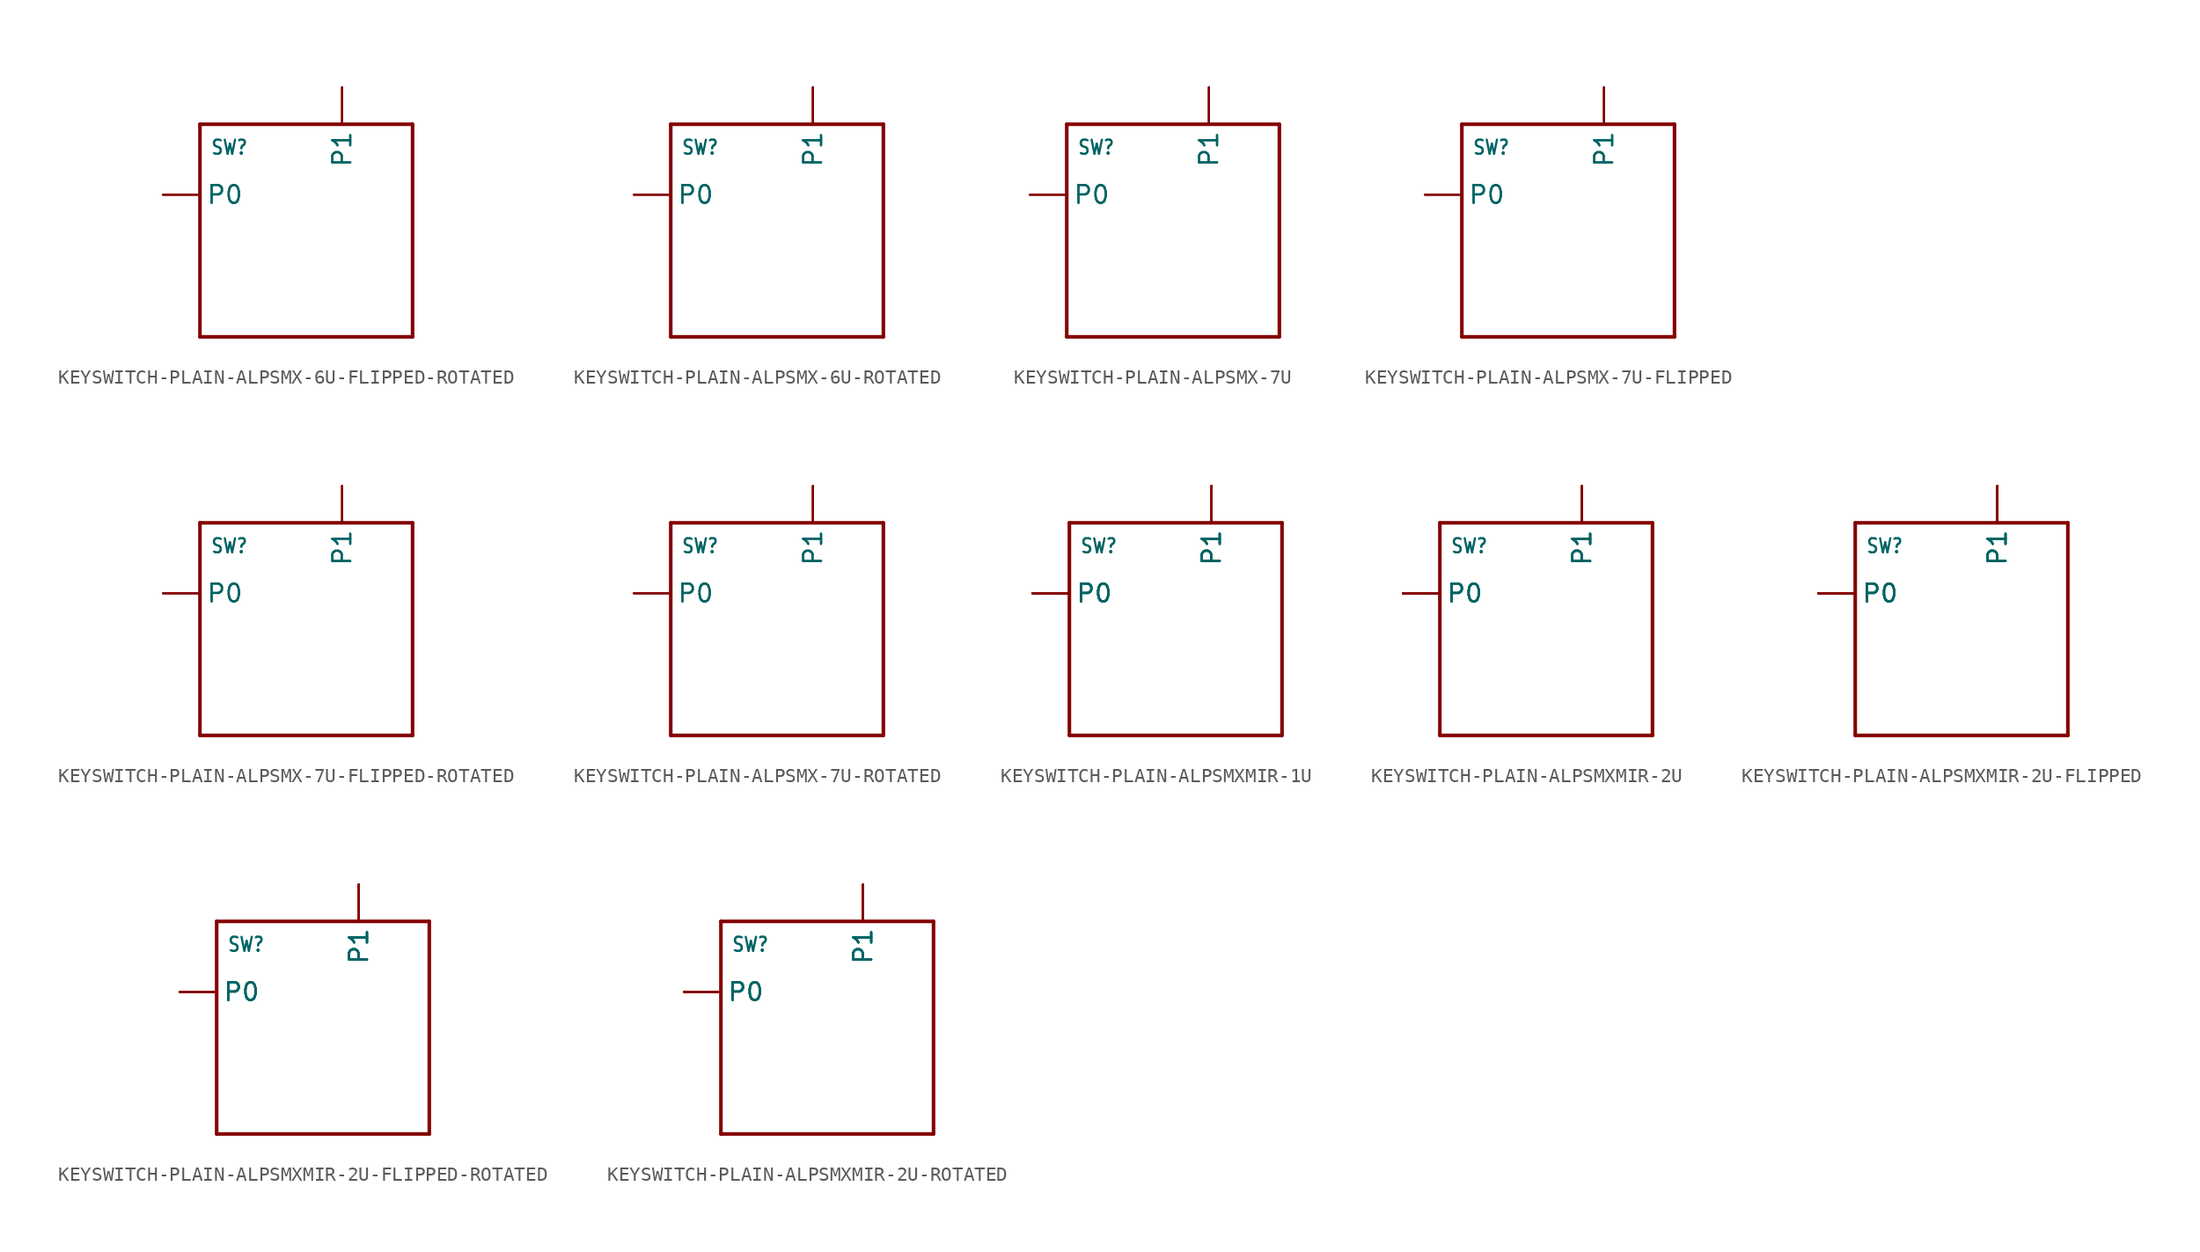
<source format=kicad_sym>
(kicad_symbol_lib
  (version 20211014)
  (generator kicad_symbol_editor)
  (symbol "KEYSWITCH-PLAIN-ALPSMX-6U-FLIPPED-ROTATED"
    (property "Reference" "SW"
      (at -6.81 5.318 0)
      (effects (font (size 1 0.85)) (justify left bottom)))
    (property "ki_locked" ""
      (at 0 0 0)
      (effects (font (size 1.27 1.27))))
    (symbol "KEYSWITCH-PLAIN-ALPSMX-6U-FLIPPED-ROTATED_1_0"
      (polyline (pts (xy -7.54 -7.54) (xy -7.54 7.54)) (stroke (width 0.254) (type default) (color 0 0 0 0)) (fill (type none)))
      (polyline (pts (xy -7.54 7.54) (xy 7.54 7.54)) (stroke (width 0.254) (type default) (color 0 0 0 0)) (fill (type none)))
      (polyline (pts (xy 7.54 -7.54) (xy -7.54 -7.54)) (stroke (width 0.254) (type default) (color 0 0 0 0)) (fill (type none)))
      (polyline (pts (xy 7.54 7.54) (xy 7.54 -7.54)) (stroke (width 0.254) (type default) (color 0 0 0 0)) (fill (type none)))
      (pin bidirectional line (at -10.16 2.54 0) (length 2.54) (name "P0" (effects (font (size 1.27 1.27)))) (number "ALPS1" (effects (font (size 0 0)))))
      (pin bidirectional line (at 2.54 10.16 270) (length 2.54) (name "P1" (effects (font (size 1.27 1.27)))) (number "ALPS2" (effects (font (size 0 0)))))
      (pin bidirectional line (at -10.16 2.54 0) (length 2.54) (name "P0" (effects (font (size 1.27 1.27)))) (number "MX1" (effects (font (size 0 0)))))
      (pin bidirectional line (at 2.54 10.16 270) (length 2.54) (name "P1" (effects (font (size 1.27 1.27)))) (number "MX2" (effects (font (size 0 0)))))))
  (symbol "KEYSWITCH-PLAIN-ALPSMX-6U-ROTATED"
    (property "Reference" "SW"
      (at -6.81 5.318 0)
      (effects (font (size 1 0.85)) (justify left bottom)))
    (property "ki_locked" ""
      (at 0 0 0)
      (effects (font (size 1.27 1.27))))
    (symbol "KEYSWITCH-PLAIN-ALPSMX-6U-ROTATED_1_0"
      (polyline (pts (xy -7.54 -7.54) (xy -7.54 7.54)) (stroke (width 0.254) (type default) (color 0 0 0 0)) (fill (type none)))
      (polyline (pts (xy -7.54 7.54) (xy 7.54 7.54)) (stroke (width 0.254) (type default) (color 0 0 0 0)) (fill (type none)))
      (polyline (pts (xy 7.54 -7.54) (xy -7.54 -7.54)) (stroke (width 0.254) (type default) (color 0 0 0 0)) (fill (type none)))
      (polyline (pts (xy 7.54 7.54) (xy 7.54 -7.54)) (stroke (width 0.254) (type default) (color 0 0 0 0)) (fill (type none)))
      (pin bidirectional line (at -10.16 2.54 0) (length 2.54) (name "P0" (effects (font (size 1.27 1.27)))) (number "ALPS1" (effects (font (size 0 0)))))
      (pin bidirectional line (at 2.54 10.16 270) (length 2.54) (name "P1" (effects (font (size 1.27 1.27)))) (number "ALPS2" (effects (font (size 0 0)))))
      (pin bidirectional line (at -10.16 2.54 0) (length 2.54) (name "P0" (effects (font (size 1.27 1.27)))) (number "MX1" (effects (font (size 0 0)))))
      (pin bidirectional line (at 2.54 10.16 270) (length 2.54) (name "P1" (effects (font (size 1.27 1.27)))) (number "MX2" (effects (font (size 0 0)))))))
  (symbol "KEYSWITCH-PLAIN-ALPSMX-7U"
    (property "Reference" "SW"
      (at -6.81 5.318 0)
      (effects (font (size 1 0.85)) (justify left bottom)))
    (property "ki_locked" ""
      (at 0 0 0)
      (effects (font (size 1.27 1.27))))
    (symbol "KEYSWITCH-PLAIN-ALPSMX-7U_1_0"
      (polyline (pts (xy -7.54 -7.54) (xy -7.54 7.54)) (stroke (width 0.254) (type default) (color 0 0 0 0)) (fill (type none)))
      (polyline (pts (xy -7.54 7.54) (xy 7.54 7.54)) (stroke (width 0.254) (type default) (color 0 0 0 0)) (fill (type none)))
      (polyline (pts (xy 7.54 -7.54) (xy -7.54 -7.54)) (stroke (width 0.254) (type default) (color 0 0 0 0)) (fill (type none)))
      (polyline (pts (xy 7.54 7.54) (xy 7.54 -7.54)) (stroke (width 0.254) (type default) (color 0 0 0 0)) (fill (type none)))
      (pin bidirectional line (at -10.16 2.54 0) (length 2.54) (name "P0" (effects (font (size 1.27 1.27)))) (number "ALPS1" (effects (font (size 0 0)))))
      (pin bidirectional line (at 2.54 10.16 270) (length 2.54) (name "P1" (effects (font (size 1.27 1.27)))) (number "ALPS2" (effects (font (size 0 0)))))
      (pin bidirectional line (at -10.16 2.54 0) (length 2.54) (name "P0" (effects (font (size 1.27 1.27)))) (number "MX1" (effects (font (size 0 0)))))
      (pin bidirectional line (at 2.54 10.16 270) (length 2.54) (name "P1" (effects (font (size 1.27 1.27)))) (number "MX2" (effects (font (size 0 0)))))))
  (symbol "KEYSWITCH-PLAIN-ALPSMX-7U-FLIPPED"
    (property "Reference" "SW"
      (at -6.81 5.318 0)
      (effects (font (size 1 0.85)) (justify left bottom)))
    (property "ki_locked" ""
      (at 0 0 0)
      (effects (font (size 1.27 1.27))))
    (symbol "KEYSWITCH-PLAIN-ALPSMX-7U-FLIPPED_1_0"
      (polyline (pts (xy -7.54 -7.54) (xy -7.54 7.54)) (stroke (width 0.254) (type default) (color 0 0 0 0)) (fill (type none)))
      (polyline (pts (xy -7.54 7.54) (xy 7.54 7.54)) (stroke (width 0.254) (type default) (color 0 0 0 0)) (fill (type none)))
      (polyline (pts (xy 7.54 -7.54) (xy -7.54 -7.54)) (stroke (width 0.254) (type default) (color 0 0 0 0)) (fill (type none)))
      (polyline (pts (xy 7.54 7.54) (xy 7.54 -7.54)) (stroke (width 0.254) (type default) (color 0 0 0 0)) (fill (type none)))
      (pin bidirectional line (at -10.16 2.54 0) (length 2.54) (name "P0" (effects (font (size 1.27 1.27)))) (number "ALPS1" (effects (font (size 0 0)))))
      (pin bidirectional line (at 2.54 10.16 270) (length 2.54) (name "P1" (effects (font (size 1.27 1.27)))) (number "ALPS2" (effects (font (size 0 0)))))
      (pin bidirectional line (at -10.16 2.54 0) (length 2.54) (name "P0" (effects (font (size 1.27 1.27)))) (number "MX1" (effects (font (size 0 0)))))
      (pin bidirectional line (at 2.54 10.16 270) (length 2.54) (name "P1" (effects (font (size 1.27 1.27)))) (number "MX2" (effects (font (size 0 0)))))))
  (symbol "KEYSWITCH-PLAIN-ALPSMX-7U-FLIPPED-ROTATED"
    (property "Reference" "SW"
      (at -6.81 5.318 0)
      (effects (font (size 1 0.85)) (justify left bottom)))
    (property "ki_locked" ""
      (at 0 0 0)
      (effects (font (size 1.27 1.27))))
    (symbol "KEYSWITCH-PLAIN-ALPSMX-7U-FLIPPED-ROTATED_1_0"
      (polyline (pts (xy -7.54 -7.54) (xy -7.54 7.54)) (stroke (width 0.254) (type default) (color 0 0 0 0)) (fill (type none)))
      (polyline (pts (xy -7.54 7.54) (xy 7.54 7.54)) (stroke (width 0.254) (type default) (color 0 0 0 0)) (fill (type none)))
      (polyline (pts (xy 7.54 -7.54) (xy -7.54 -7.54)) (stroke (width 0.254) (type default) (color 0 0 0 0)) (fill (type none)))
      (polyline (pts (xy 7.54 7.54) (xy 7.54 -7.54)) (stroke (width 0.254) (type default) (color 0 0 0 0)) (fill (type none)))
      (pin bidirectional line (at -10.16 2.54 0) (length 2.54) (name "P0" (effects (font (size 1.27 1.27)))) (number "ALPS1" (effects (font (size 0 0)))))
      (pin bidirectional line (at 2.54 10.16 270) (length 2.54) (name "P1" (effects (font (size 1.27 1.27)))) (number "ALPS2" (effects (font (size 0 0)))))
      (pin bidirectional line (at -10.16 2.54 0) (length 2.54) (name "P0" (effects (font (size 1.27 1.27)))) (number "MX1" (effects (font (size 0 0)))))
      (pin bidirectional line (at 2.54 10.16 270) (length 2.54) (name "P1" (effects (font (size 1.27 1.27)))) (number "MX2" (effects (font (size 0 0)))))))
  (symbol "KEYSWITCH-PLAIN-ALPSMX-7U-ROTATED"
    (property "Reference" "SW"
      (at -6.81 5.318 0)
      (effects (font (size 1 0.85)) (justify left bottom)))
    (property "ki_locked" ""
      (at 0 0 0)
      (effects (font (size 1.27 1.27))))
    (symbol "KEYSWITCH-PLAIN-ALPSMX-7U-ROTATED_1_0"
      (polyline (pts (xy -7.54 -7.54) (xy -7.54 7.54)) (stroke (width 0.254) (type default) (color 0 0 0 0)) (fill (type none)))
      (polyline (pts (xy -7.54 7.54) (xy 7.54 7.54)) (stroke (width 0.254) (type default) (color 0 0 0 0)) (fill (type none)))
      (polyline (pts (xy 7.54 -7.54) (xy -7.54 -7.54)) (stroke (width 0.254) (type default) (color 0 0 0 0)) (fill (type none)))
      (polyline (pts (xy 7.54 7.54) (xy 7.54 -7.54)) (stroke (width 0.254) (type default) (color 0 0 0 0)) (fill (type none)))
      (pin bidirectional line (at -10.16 2.54 0) (length 2.54) (name "P0" (effects (font (size 1.27 1.27)))) (number "ALPS1" (effects (font (size 0 0)))))
      (pin bidirectional line (at 2.54 10.16 270) (length 2.54) (name "P1" (effects (font (size 1.27 1.27)))) (number "ALPS2" (effects (font (size 0 0)))))
      (pin bidirectional line (at -10.16 2.54 0) (length 2.54) (name "P0" (effects (font (size 1.27 1.27)))) (number "MX1" (effects (font (size 0 0)))))
      (pin bidirectional line (at 2.54 10.16 270) (length 2.54) (name "P1" (effects (font (size 1.27 1.27)))) (number "MX2" (effects (font (size 0 0)))))))
  (symbol "KEYSWITCH-PLAIN-ALPSMXMIR-1U"
    (property "Reference" "SW"
      (at -6.81 5.318 0)
      (effects (font (size 1 0.85)) (justify left bottom)))
    (property "ki_locked" ""
      (at 0 0 0)
      (effects (font (size 1.27 1.27))))
    (symbol "KEYSWITCH-PLAIN-ALPSMXMIR-1U_1_0"
      (polyline (pts (xy -7.54 -7.54) (xy -7.54 7.54)) (stroke (width 0.254) (type default) (color 0 0 0 0)) (fill (type none)))
      (polyline (pts (xy -7.54 7.54) (xy 7.54 7.54)) (stroke (width 0.254) (type default) (color 0 0 0 0)) (fill (type none)))
      (polyline (pts (xy 7.54 -7.54) (xy -7.54 -7.54)) (stroke (width 0.254) (type default) (color 0 0 0 0)) (fill (type none)))
      (polyline (pts (xy 7.54 7.54) (xy 7.54 -7.54)) (stroke (width 0.254) (type default) (color 0 0 0 0)) (fill (type none)))
      (pin bidirectional line (at -10.16 2.54 0) (length 2.54) (name "P0" (effects (font (size 1.27 1.27)))) (number "ALPS1" (effects (font (size 0 0)))))
      (pin bidirectional line (at 2.54 10.16 270) (length 2.54) (name "P1" (effects (font (size 1.27 1.27)))) (number "ALPS2" (effects (font (size 0 0)))))
      (pin bidirectional line (at -10.16 2.54 0) (length 2.54) (name "P0" (effects (font (size 1.27 1.27)))) (number "ALPS3" (effects (font (size 0 0)))))
      (pin bidirectional line (at 2.54 10.16 270) (length 2.54) (name "P1" (effects (font (size 1.27 1.27)))) (number "ALPS4" (effects (font (size 0 0)))))
      (pin bidirectional line (at -10.16 2.54 0) (length 2.54) (name "P0" (effects (font (size 1.27 1.27)))) (number "MX1" (effects (font (size 0 0)))))
      (pin bidirectional line (at 2.54 10.16 270) (length 2.54) (name "P1" (effects (font (size 1.27 1.27)))) (number "MX2" (effects (font (size 0 0)))))
      (pin bidirectional line (at -10.16 2.54 0) (length 2.54) (name "P0" (effects (font (size 1.27 1.27)))) (number "MX3" (effects (font (size 0 0)))))
      (pin bidirectional line (at 2.54 10.16 270) (length 2.54) (name "P1" (effects (font (size 1.27 1.27)))) (number "MX4" (effects (font (size 0 0)))))))
  (symbol "KEYSWITCH-PLAIN-ALPSMXMIR-2U"
    (property "Reference" "SW"
      (at -6.81 5.318 0)
      (effects (font (size 1 0.85)) (justify left bottom)))
    (property "ki_locked" ""
      (at 0 0 0)
      (effects (font (size 1.27 1.27))))
    (symbol "KEYSWITCH-PLAIN-ALPSMXMIR-2U_1_0"
      (polyline (pts (xy -7.54 -7.54) (xy -7.54 7.54)) (stroke (width 0.254) (type default) (color 0 0 0 0)) (fill (type none)))
      (polyline (pts (xy -7.54 7.54) (xy 7.54 7.54)) (stroke (width 0.254) (type default) (color 0 0 0 0)) (fill (type none)))
      (polyline (pts (xy 7.54 -7.54) (xy -7.54 -7.54)) (stroke (width 0.254) (type default) (color 0 0 0 0)) (fill (type none)))
      (polyline (pts (xy 7.54 7.54) (xy 7.54 -7.54)) (stroke (width 0.254) (type default) (color 0 0 0 0)) (fill (type none)))
      (pin bidirectional line (at -10.16 2.54 0) (length 2.54) (name "P0" (effects (font (size 1.27 1.27)))) (number "ALPS1" (effects (font (size 0 0)))))
      (pin bidirectional line (at 2.54 10.16 270) (length 2.54) (name "P1" (effects (font (size 1.27 1.27)))) (number "ALPS2" (effects (font (size 0 0)))))
      (pin bidirectional line (at -10.16 2.54 0) (length 2.54) (name "P0" (effects (font (size 1.27 1.27)))) (number "ALPS3" (effects (font (size 0 0)))))
      (pin bidirectional line (at 2.54 10.16 270) (length 2.54) (name "P1" (effects (font (size 1.27 1.27)))) (number "ALPS4" (effects (font (size 0 0)))))
      (pin bidirectional line (at -10.16 2.54 0) (length 2.54) (name "P0" (effects (font (size 1.27 1.27)))) (number "MX1" (effects (font (size 0 0)))))
      (pin bidirectional line (at 2.54 10.16 270) (length 2.54) (name "P1" (effects (font (size 1.27 1.27)))) (number "MX2" (effects (font (size 0 0)))))
      (pin bidirectional line (at -10.16 2.54 0) (length 2.54) (name "P0" (effects (font (size 1.27 1.27)))) (number "MX3" (effects (font (size 0 0)))))
      (pin bidirectional line (at 2.54 10.16 270) (length 2.54) (name "P1" (effects (font (size 1.27 1.27)))) (number "MX4" (effects (font (size 0 0)))))))
  (symbol "KEYSWITCH-PLAIN-ALPSMXMIR-2U-FLIPPED"
    (property "Reference" "SW"
      (at -6.81 5.318 0)
      (effects (font (size 1 0.85)) (justify left bottom)))
    (property "ki_locked" ""
      (at 0 0 0)
      (effects (font (size 1.27 1.27))))
    (symbol "KEYSWITCH-PLAIN-ALPSMXMIR-2U-FLIPPED_1_0"
      (polyline (pts (xy -7.54 -7.54) (xy -7.54 7.54)) (stroke (width 0.254) (type default) (color 0 0 0 0)) (fill (type none)))
      (polyline (pts (xy -7.54 7.54) (xy 7.54 7.54)) (stroke (width 0.254) (type default) (color 0 0 0 0)) (fill (type none)))
      (polyline (pts (xy 7.54 -7.54) (xy -7.54 -7.54)) (stroke (width 0.254) (type default) (color 0 0 0 0)) (fill (type none)))
      (polyline (pts (xy 7.54 7.54) (xy 7.54 -7.54)) (stroke (width 0.254) (type default) (color 0 0 0 0)) (fill (type none)))
      (pin bidirectional line (at -10.16 2.54 0) (length 2.54) (name "P0" (effects (font (size 1.27 1.27)))) (number "ALPS1" (effects (font (size 0 0)))))
      (pin bidirectional line (at 2.54 10.16 270) (length 2.54) (name "P1" (effects (font (size 1.27 1.27)))) (number "ALPS2" (effects (font (size 0 0)))))
      (pin bidirectional line (at -10.16 2.54 0) (length 2.54) (name "P0" (effects (font (size 1.27 1.27)))) (number "ALPS3" (effects (font (size 0 0)))))
      (pin bidirectional line (at 2.54 10.16 270) (length 2.54) (name "P1" (effects (font (size 1.27 1.27)))) (number "ALPS4" (effects (font (size 0 0)))))
      (pin bidirectional line (at -10.16 2.54 0) (length 2.54) (name "P0" (effects (font (size 1.27 1.27)))) (number "MX1" (effects (font (size 0 0)))))
      (pin bidirectional line (at 2.54 10.16 270) (length 2.54) (name "P1" (effects (font (size 1.27 1.27)))) (number "MX2" (effects (font (size 0 0)))))
      (pin bidirectional line (at -10.16 2.54 0) (length 2.54) (name "P0" (effects (font (size 1.27 1.27)))) (number "MX3" (effects (font (size 0 0)))))
      (pin bidirectional line (at 2.54 10.16 270) (length 2.54) (name "P1" (effects (font (size 1.27 1.27)))) (number "MX4" (effects (font (size 0 0)))))))
  (symbol "KEYSWITCH-PLAIN-ALPSMXMIR-2U-FLIPPED-ROTATED"
    (property "Reference" "SW"
      (at -6.81 5.318 0)
      (effects (font (size 1 0.85)) (justify left bottom)))
    (property "ki_locked" ""
      (at 0 0 0)
      (effects (font (size 1.27 1.27))))
    (symbol "KEYSWITCH-PLAIN-ALPSMXMIR-2U-FLIPPED-ROTATED_1_0"
      (polyline (pts (xy -7.54 -7.54) (xy -7.54 7.54)) (stroke (width 0.254) (type default) (color 0 0 0 0)) (fill (type none)))
      (polyline (pts (xy -7.54 7.54) (xy 7.54 7.54)) (stroke (width 0.254) (type default) (color 0 0 0 0)) (fill (type none)))
      (polyline (pts (xy 7.54 -7.54) (xy -7.54 -7.54)) (stroke (width 0.254) (type default) (color 0 0 0 0)) (fill (type none)))
      (polyline (pts (xy 7.54 7.54) (xy 7.54 -7.54)) (stroke (width 0.254) (type default) (color 0 0 0 0)) (fill (type none)))
      (pin bidirectional line (at -10.16 2.54 0) (length 2.54) (name "P0" (effects (font (size 1.27 1.27)))) (number "ALPS1" (effects (font (size 0 0)))))
      (pin bidirectional line (at 2.54 10.16 270) (length 2.54) (name "P1" (effects (font (size 1.27 1.27)))) (number "ALPS2" (effects (font (size 0 0)))))
      (pin bidirectional line (at -10.16 2.54 0) (length 2.54) (name "P0" (effects (font (size 1.27 1.27)))) (number "ALPS3" (effects (font (size 0 0)))))
      (pin bidirectional line (at 2.54 10.16 270) (length 2.54) (name "P1" (effects (font (size 1.27 1.27)))) (number "ALPS4" (effects (font (size 0 0)))))
      (pin bidirectional line (at -10.16 2.54 0) (length 2.54) (name "P0" (effects (font (size 1.27 1.27)))) (number "MX1" (effects (font (size 0 0)))))
      (pin bidirectional line (at 2.54 10.16 270) (length 2.54) (name "P1" (effects (font (size 1.27 1.27)))) (number "MX2" (effects (font (size 0 0)))))
      (pin bidirectional line (at -10.16 2.54 0) (length 2.54) (name "P0" (effects (font (size 1.27 1.27)))) (number "MX3" (effects (font (size 0 0)))))
      (pin bidirectional line (at 2.54 10.16 270) (length 2.54) (name "P1" (effects (font (size 1.27 1.27)))) (number "MX4" (effects (font (size 0 0)))))))
  (symbol "KEYSWITCH-PLAIN-ALPSMXMIR-2U-ROTATED"
    (property "Reference" "SW"
      (at -6.81 5.318 0)
      (effects (font (size 1 0.85)) (justify left bottom)))
    (property "ki_locked" ""
      (at 0 0 0)
      (effects (font (size 1.27 1.27))))
    (symbol "KEYSWITCH-PLAIN-ALPSMXMIR-2U-ROTATED_1_0"
      (polyline (pts (xy -7.54 -7.54) (xy -7.54 7.54)) (stroke (width 0.254) (type default) (color 0 0 0 0)) (fill (type none)))
      (polyline (pts (xy -7.54 7.54) (xy 7.54 7.54)) (stroke (width 0.254) (type default) (color 0 0 0 0)) (fill (type none)))
      (polyline (pts (xy 7.54 -7.54) (xy -7.54 -7.54)) (stroke (width 0.254) (type default) (color 0 0 0 0)) (fill (type none)))
      (polyline (pts (xy 7.54 7.54) (xy 7.54 -7.54)) (stroke (width 0.254) (type default) (color 0 0 0 0)) (fill (type none)))
      (pin bidirectional line (at -10.16 2.54 0) (length 2.54) (name "P0" (effects (font (size 1.27 1.27)))) (number "ALPS1" (effects (font (size 0 0)))))
      (pin bidirectional line (at 2.54 10.16 270) (length 2.54) (name "P1" (effects (font (size 1.27 1.27)))) (number "ALPS2" (effects (font (size 0 0)))))
      (pin bidirectional line (at -10.16 2.54 0) (length 2.54) (name "P0" (effects (font (size 1.27 1.27)))) (number "ALPS3" (effects (font (size 0 0)))))
      (pin bidirectional line (at 2.54 10.16 270) (length 2.54) (name "P1" (effects (font (size 1.27 1.27)))) (number "ALPS4" (effects (font (size 0 0)))))
      (pin bidirectional line (at -10.16 2.54 0) (length 2.54) (name "P0" (effects (font (size 1.27 1.27)))) (number "MX1" (effects (font (size 0 0)))))
      (pin bidirectional line (at 2.54 10.16 270) (length 2.54) (name "P1" (effects (font (size 1.27 1.27)))) (number "MX2" (effects (font (size 0 0)))))
      (pin bidirectional line (at -10.16 2.54 0) (length 2.54) (name "P0" (effects (font (size 1.27 1.27)))) (number "MX3" (effects (font (size 0 0)))))
      (pin bidirectional line (at 2.54 10.16 270) (length 2.54) (name "P1" (effects (font (size 1.27 1.27)))) (number "MX4" (effects (font (size 0 0))))))))
</source>
